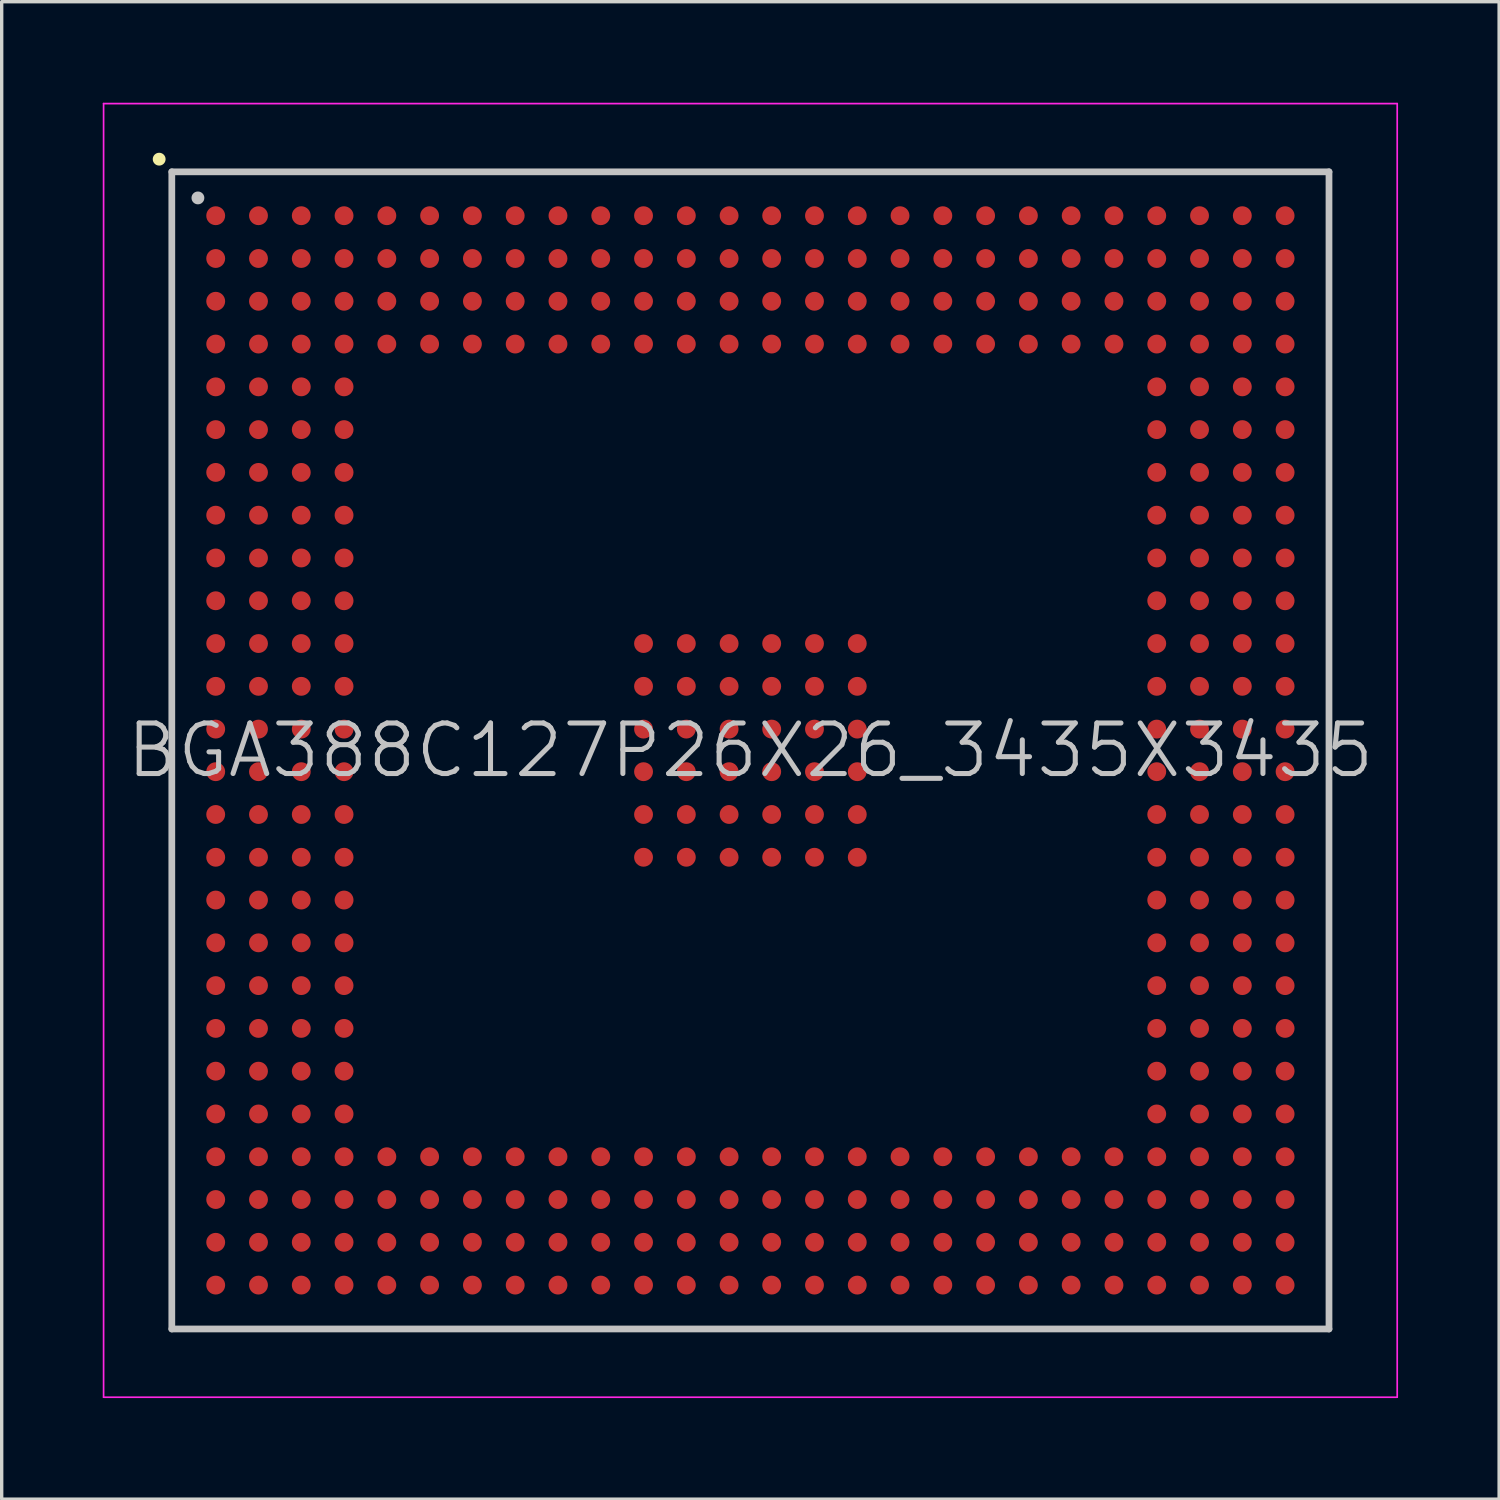
<source format=kicad_pcb>
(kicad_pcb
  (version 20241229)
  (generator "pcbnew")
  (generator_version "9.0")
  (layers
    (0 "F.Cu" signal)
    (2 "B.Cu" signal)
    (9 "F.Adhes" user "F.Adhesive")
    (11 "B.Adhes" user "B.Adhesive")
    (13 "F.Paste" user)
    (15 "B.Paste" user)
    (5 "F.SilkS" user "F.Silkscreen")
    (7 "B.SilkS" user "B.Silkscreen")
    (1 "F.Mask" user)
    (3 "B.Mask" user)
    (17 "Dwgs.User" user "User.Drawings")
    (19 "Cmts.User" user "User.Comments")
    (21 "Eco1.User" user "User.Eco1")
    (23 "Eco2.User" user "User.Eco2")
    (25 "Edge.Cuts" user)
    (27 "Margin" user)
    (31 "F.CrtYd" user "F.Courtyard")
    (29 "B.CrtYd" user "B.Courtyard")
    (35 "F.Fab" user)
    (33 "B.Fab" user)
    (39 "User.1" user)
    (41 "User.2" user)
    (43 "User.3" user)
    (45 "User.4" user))
  (footprint "BGA388C127P26X26_3435X3435"
    (layer "F.Cu")
    (at 19.225 19.225)
    (property "Reference" "BGA388C127P26X26_3435X3435" (at 0 0 0) (layer "Dwgs.User") (effects (font (size 1.5 1.5) (thickness 0.15))))
    (attr smd)
    (fp_line (start -17.55 -17.55) (end -17.55 -17.55) (stroke (width 0.381) (type solid)) (layer "F.SilkS"))
    (fp_line (start -17.175 -17.175) (end -17.175 17.175) (stroke (width 0.2) (type solid)) (layer "Dwgs.User"))
    (fp_line (start -17.175 -17.175) (end 17.175 -17.175) (stroke (width 0.2) (type solid)) (layer "Dwgs.User"))
    (fp_line (start -17.175 17.175) (end 17.175 17.175) (stroke (width 0.2) (type solid)) (layer "Dwgs.User"))
    (fp_line (start -16.4 -16.4) (end -16.4 -16.4) (stroke (width 0.381) (type solid)) (layer "Dwgs.User"))
    (fp_line (start 17.175 -17.175) (end 17.175 17.175) (stroke (width 0.2) (type solid)) (layer "Dwgs.User"))
    (fp_line (start -19.2 -19.2) (end -19.2 19.2) (stroke (width 0.05) (type solid)) (layer "F.CrtYd"))
    (fp_line (start -19.2 -19.2) (end 19.2 -19.2) (stroke (width 0.05) (type solid)) (layer "F.CrtYd"))
    (fp_line (start -19.2 19.2) (end 19.2 19.2) (stroke (width 0.05) (type solid)) (layer "F.CrtYd"))
    (fp_line (start 19.2 -19.2) (end 19.2 19.2) (stroke (width 0.05) (type solid)) (layer "F.CrtYd"))
    (pad "A1" smd circle (at -15.872 -15.872 270) (size 0.56 0.56) (layers "F.Cu" "F.Mask" "F.Paste"))
    (pad "A2" smd circle (at -14.602 -15.872 270) (size 0.56 0.56) (layers "F.Cu" "F.Mask" "F.Paste"))
    (pad "A3" smd circle (at -13.332 -15.872 270) (size 0.56 0.56) (layers "F.Cu" "F.Mask" "F.Paste"))
    (pad "A4" smd circle (at -12.062 -15.872 270) (size 0.56 0.56) (layers "F.Cu" "F.Mask" "F.Paste"))
    (pad "A5" smd circle (at -10.792 -15.872 270) (size 0.56 0.56) (layers "F.Cu" "F.Mask" "F.Paste"))
    (pad "A6" smd circle (at -9.522 -15.872 270) (size 0.56 0.56) (layers "F.Cu" "F.Mask" "F.Paste"))
    (pad "A7" smd circle (at -8.252 -15.872 270) (size 0.56 0.56) (layers "F.Cu" "F.Mask" "F.Paste"))
    (pad "A8" smd circle (at -6.982 -15.872 270) (size 0.56 0.56) (layers "F.Cu" "F.Mask" "F.Paste"))
    (pad "A9" smd circle (at -5.712 -15.872 270) (size 0.56 0.56) (layers "F.Cu" "F.Mask" "F.Paste"))
    (pad "A10" smd circle (at -4.442 -15.872 270) (size 0.56 0.56) (layers "F.Cu" "F.Mask" "F.Paste"))
    (pad "A11" smd circle (at -3.172 -15.872 270) (size 0.56 0.56) (layers "F.Cu" "F.Mask" "F.Paste"))
    (pad "A12" smd circle (at -1.902 -15.872 270) (size 0.56 0.56) (layers "F.Cu" "F.Mask" "F.Paste"))
    (pad "A13" smd circle (at -0.632 -15.872 270) (size 0.56 0.56) (layers "F.Cu" "F.Mask" "F.Paste"))
    (pad "A14" smd circle (at 0.632 -15.872 270) (size 0.56 0.56) (layers "F.Cu" "F.Mask" "F.Paste"))
    (pad "A15" smd circle (at 1.902 -15.872 270) (size 0.56 0.56) (layers "F.Cu" "F.Mask" "F.Paste"))
    (pad "A16" smd circle (at 3.172 -15.872 270) (size 0.56 0.56) (layers "F.Cu" "F.Mask" "F.Paste"))
    (pad "A17" smd circle (at 4.442 -15.872 270) (size 0.56 0.56) (layers "F.Cu" "F.Mask" "F.Paste"))
    (pad "A18" smd circle (at 5.712 -15.872 270) (size 0.56 0.56) (layers "F.Cu" "F.Mask" "F.Paste"))
    (pad "A19" smd circle (at 6.982 -15.872 270) (size 0.56 0.56) (layers "F.Cu" "F.Mask" "F.Paste"))
    (pad "A20" smd circle (at 8.252 -15.872 270) (size 0.56 0.56) (layers "F.Cu" "F.Mask" "F.Paste"))
    (pad "A21" smd circle (at 9.522 -15.872 270) (size 0.56 0.56) (layers "F.Cu" "F.Mask" "F.Paste"))
    (pad "A22" smd circle (at 10.792 -15.872 270) (size 0.56 0.56) (layers "F.Cu" "F.Mask" "F.Paste"))
    (pad "A23" smd circle (at 12.062 -15.872 270) (size 0.56 0.56) (layers "F.Cu" "F.Mask" "F.Paste"))
    (pad "A24" smd circle (at 13.332 -15.872 270) (size 0.56 0.56) (layers "F.Cu" "F.Mask" "F.Paste"))
    (pad "A25" smd circle (at 14.602 -15.872 270) (size 0.56 0.56) (layers "F.Cu" "F.Mask" "F.Paste"))
    (pad "A26" smd circle (at 15.872 -15.872 270) (size 0.56 0.56) (layers "F.Cu" "F.Mask" "F.Paste"))
    (pad "AA1" smd circle (at -15.872 9.522 270) (size 0.56 0.56) (layers "F.Cu" "F.Mask" "F.Paste"))
    (pad "AA2" smd circle (at -14.602 9.522 270) (size 0.56 0.56) (layers "F.Cu" "F.Mask" "F.Paste"))
    (pad "AA3" smd circle (at -13.332 9.522 270) (size 0.56 0.56) (layers "F.Cu" "F.Mask" "F.Paste"))
    (pad "AA4" smd circle (at -12.062 9.522 270) (size 0.56 0.56) (layers "F.Cu" "F.Mask" "F.Paste"))
    (pad "AA23" smd circle (at 12.062 9.522 270) (size 0.56 0.56) (layers "F.Cu" "F.Mask" "F.Paste"))
    (pad "AA24" smd circle (at 13.332 9.522 270) (size 0.56 0.56) (layers "F.Cu" "F.Mask" "F.Paste"))
    (pad "AA25" smd circle (at 14.602 9.522 270) (size 0.56 0.56) (layers "F.Cu" "F.Mask" "F.Paste"))
    (pad "AA26" smd circle (at 15.872 9.522 270) (size 0.56 0.56) (layers "F.Cu" "F.Mask" "F.Paste"))
    (pad "AB1" smd circle (at -15.872 10.792 270) (size 0.56 0.56) (layers "F.Cu" "F.Mask" "F.Paste"))
    (pad "AB2" smd circle (at -14.602 10.792 270) (size 0.56 0.56) (layers "F.Cu" "F.Mask" "F.Paste"))
    (pad "AB3" smd circle (at -13.332 10.792 270) (size 0.56 0.56) (layers "F.Cu" "F.Mask" "F.Paste"))
    (pad "AB4" smd circle (at -12.062 10.792 270) (size 0.56 0.56) (layers "F.Cu" "F.Mask" "F.Paste"))
    (pad "AB23" smd circle (at 12.062 10.792 270) (size 0.56 0.56) (layers "F.Cu" "F.Mask" "F.Paste"))
    (pad "AB24" smd circle (at 13.332 10.792 270) (size 0.56 0.56) (layers "F.Cu" "F.Mask" "F.Paste"))
    (pad "AB25" smd circle (at 14.602 10.792 270) (size 0.56 0.56) (layers "F.Cu" "F.Mask" "F.Paste"))
    (pad "AB26" smd circle (at 15.872 10.792 270) (size 0.56 0.56) (layers "F.Cu" "F.Mask" "F.Paste"))
    (pad "AC1" smd circle (at -15.872 12.062 270) (size 0.56 0.56) (layers "F.Cu" "F.Mask" "F.Paste"))
    (pad "AC2" smd circle (at -14.602 12.062 270) (size 0.56 0.56) (layers "F.Cu" "F.Mask" "F.Paste"))
    (pad "AC3" smd circle (at -13.332 12.062 270) (size 0.56 0.56) (layers "F.Cu" "F.Mask" "F.Paste"))
    (pad "AC4" smd circle (at -12.062 12.062 270) (size 0.56 0.56) (layers "F.Cu" "F.Mask" "F.Paste"))
    (pad "AC5" smd circle (at -10.792 12.062 270) (size 0.56 0.56) (layers "F.Cu" "F.Mask" "F.Paste"))
    (pad "AC6" smd circle (at -9.522 12.062 270) (size 0.56 0.56) (layers "F.Cu" "F.Mask" "F.Paste"))
    (pad "AC7" smd circle (at -8.252 12.062 270) (size 0.56 0.56) (layers "F.Cu" "F.Mask" "F.Paste"))
    (pad "AC8" smd circle (at -6.982 12.062 270) (size 0.56 0.56) (layers "F.Cu" "F.Mask" "F.Paste"))
    (pad "AC9" smd circle (at -5.712 12.062 270) (size 0.56 0.56) (layers "F.Cu" "F.Mask" "F.Paste"))
    (pad "AC10" smd circle (at -4.442 12.062 270) (size 0.56 0.56) (layers "F.Cu" "F.Mask" "F.Paste"))
    (pad "AC11" smd circle (at -3.172 12.062 270) (size 0.56 0.56) (layers "F.Cu" "F.Mask" "F.Paste"))
    (pad "AC12" smd circle (at -1.902 12.062 270) (size 0.56 0.56) (layers "F.Cu" "F.Mask" "F.Paste"))
    (pad "AC13" smd circle (at -0.632 12.062 270) (size 0.56 0.56) (layers "F.Cu" "F.Mask" "F.Paste"))
    (pad "AC14" smd circle (at 0.632 12.062 270) (size 0.56 0.56) (layers "F.Cu" "F.Mask" "F.Paste"))
    (pad "AC15" smd circle (at 1.902 12.062 270) (size 0.56 0.56) (layers "F.Cu" "F.Mask" "F.Paste"))
    (pad "AC16" smd circle (at 3.172 12.062 270) (size 0.56 0.56) (layers "F.Cu" "F.Mask" "F.Paste"))
    (pad "AC17" smd circle (at 4.442 12.062 270) (size 0.56 0.56) (layers "F.Cu" "F.Mask" "F.Paste"))
    (pad "AC18" smd circle (at 5.712 12.062 270) (size 0.56 0.56) (layers "F.Cu" "F.Mask" "F.Paste"))
    (pad "AC19" smd circle (at 6.982 12.062 270) (size 0.56 0.56) (layers "F.Cu" "F.Mask" "F.Paste"))
    (pad "AC20" smd circle (at 8.252 12.062 270) (size 0.56 0.56) (layers "F.Cu" "F.Mask" "F.Paste"))
    (pad "AC21" smd circle (at 9.522 12.062 270) (size 0.56 0.56) (layers "F.Cu" "F.Mask" "F.Paste"))
    (pad "AC22" smd circle (at 10.792 12.062 270) (size 0.56 0.56) (layers "F.Cu" "F.Mask" "F.Paste"))
    (pad "AC23" smd circle (at 12.062 12.062 270) (size 0.56 0.56) (layers "F.Cu" "F.Mask" "F.Paste"))
    (pad "AC24" smd circle (at 13.332 12.062 270) (size 0.56 0.56) (layers "F.Cu" "F.Mask" "F.Paste"))
    (pad "AC25" smd circle (at 14.602 12.062 270) (size 0.56 0.56) (layers "F.Cu" "F.Mask" "F.Paste"))
    (pad "AC26" smd circle (at 15.872 12.062 270) (size 0.56 0.56) (layers "F.Cu" "F.Mask" "F.Paste"))
    (pad "AD1" smd circle (at -15.872 13.332 270) (size 0.56 0.56) (layers "F.Cu" "F.Mask" "F.Paste"))
    (pad "AD2" smd circle (at -14.602 13.332 270) (size 0.56 0.56) (layers "F.Cu" "F.Mask" "F.Paste"))
    (pad "AD3" smd circle (at -13.332 13.332 270) (size 0.56 0.56) (layers "F.Cu" "F.Mask" "F.Paste"))
    (pad "AD4" smd circle (at -12.062 13.332 270) (size 0.56 0.56) (layers "F.Cu" "F.Mask" "F.Paste"))
    (pad "AD5" smd circle (at -10.792 13.332 270) (size 0.56 0.56) (layers "F.Cu" "F.Mask" "F.Paste"))
    (pad "AD6" smd circle (at -9.522 13.332 270) (size 0.56 0.56) (layers "F.Cu" "F.Mask" "F.Paste"))
    (pad "AD7" smd circle (at -8.252 13.332 270) (size 0.56 0.56) (layers "F.Cu" "F.Mask" "F.Paste"))
    (pad "AD8" smd circle (at -6.982 13.332 270) (size 0.56 0.56) (layers "F.Cu" "F.Mask" "F.Paste"))
    (pad "AD9" smd circle (at -5.712 13.332 270) (size 0.56 0.56) (layers "F.Cu" "F.Mask" "F.Paste"))
    (pad "AD10" smd circle (at -4.442 13.332 270) (size 0.56 0.56) (layers "F.Cu" "F.Mask" "F.Paste"))
    (pad "AD11" smd circle (at -3.172 13.332 270) (size 0.56 0.56) (layers "F.Cu" "F.Mask" "F.Paste"))
    (pad "AD12" smd circle (at -1.902 13.332 270) (size 0.56 0.56) (layers "F.Cu" "F.Mask" "F.Paste"))
    (pad "AD13" smd circle (at -0.632 13.332 270) (size 0.56 0.56) (layers "F.Cu" "F.Mask" "F.Paste"))
    (pad "AD14" smd circle (at 0.632 13.332 270) (size 0.56 0.56) (layers "F.Cu" "F.Mask" "F.Paste"))
    (pad "AD15" smd circle (at 1.902 13.332 270) (size 0.56 0.56) (layers "F.Cu" "F.Mask" "F.Paste"))
    (pad "AD16" smd circle (at 3.172 13.332 270) (size 0.56 0.56) (layers "F.Cu" "F.Mask" "F.Paste"))
    (pad "AD17" smd circle (at 4.442 13.332 270) (size 0.56 0.56) (layers "F.Cu" "F.Mask" "F.Paste"))
    (pad "AD18" smd circle (at 5.712 13.332 270) (size 0.56 0.56) (layers "F.Cu" "F.Mask" "F.Paste"))
    (pad "AD19" smd circle (at 6.982 13.332 270) (size 0.56 0.56) (layers "F.Cu" "F.Mask" "F.Paste"))
    (pad "AD20" smd circle (at 8.252 13.332 270) (size 0.56 0.56) (layers "F.Cu" "F.Mask" "F.Paste"))
    (pad "AD21" smd circle (at 9.522 13.332 270) (size 0.56 0.56) (layers "F.Cu" "F.Mask" "F.Paste"))
    (pad "AD22" smd circle (at 10.792 13.332 270) (size 0.56 0.56) (layers "F.Cu" "F.Mask" "F.Paste"))
    (pad "AD23" smd circle (at 12.062 13.332 270) (size 0.56 0.56) (layers "F.Cu" "F.Mask" "F.Paste"))
    (pad "AD24" smd circle (at 13.332 13.332 270) (size 0.56 0.56) (layers "F.Cu" "F.Mask" "F.Paste"))
    (pad "AD25" smd circle (at 14.602 13.332 270) (size 0.56 0.56) (layers "F.Cu" "F.Mask" "F.Paste"))
    (pad "AD26" smd circle (at 15.872 13.332 270) (size 0.56 0.56) (layers "F.Cu" "F.Mask" "F.Paste"))
    (pad "AE1" smd circle (at -15.872 14.602 270) (size 0.56 0.56) (layers "F.Cu" "F.Mask" "F.Paste"))
    (pad "AE2" smd circle (at -14.602 14.602 270) (size 0.56 0.56) (layers "F.Cu" "F.Mask" "F.Paste"))
    (pad "AE3" smd circle (at -13.332 14.602 270) (size 0.56 0.56) (layers "F.Cu" "F.Mask" "F.Paste"))
    (pad "AE4" smd circle (at -12.062 14.602 270) (size 0.56 0.56) (layers "F.Cu" "F.Mask" "F.Paste"))
    (pad "AE5" smd circle (at -10.792 14.602 270) (size 0.56 0.56) (layers "F.Cu" "F.Mask" "F.Paste"))
    (pad "AE6" smd circle (at -9.522 14.602 270) (size 0.56 0.56) (layers "F.Cu" "F.Mask" "F.Paste"))
    (pad "AE7" smd circle (at -8.252 14.602 270) (size 0.56 0.56) (layers "F.Cu" "F.Mask" "F.Paste"))
    (pad "AE8" smd circle (at -6.982 14.602 270) (size 0.56 0.56) (layers "F.Cu" "F.Mask" "F.Paste"))
    (pad "AE9" smd circle (at -5.712 14.602 270) (size 0.56 0.56) (layers "F.Cu" "F.Mask" "F.Paste"))
    (pad "AE10" smd circle (at -4.442 14.602 270) (size 0.56 0.56) (layers "F.Cu" "F.Mask" "F.Paste"))
    (pad "AE11" smd circle (at -3.172 14.602 270) (size 0.56 0.56) (layers "F.Cu" "F.Mask" "F.Paste"))
    (pad "AE12" smd circle (at -1.902 14.602 270) (size 0.56 0.56) (layers "F.Cu" "F.Mask" "F.Paste"))
    (pad "AE13" smd circle (at -0.632 14.602 270) (size 0.56 0.56) (layers "F.Cu" "F.Mask" "F.Paste"))
    (pad "AE14" smd circle (at 0.632 14.602 270) (size 0.56 0.56) (layers "F.Cu" "F.Mask" "F.Paste"))
    (pad "AE15" smd circle (at 1.902 14.602 270) (size 0.56 0.56) (layers "F.Cu" "F.Mask" "F.Paste"))
    (pad "AE16" smd circle (at 3.172 14.602 270) (size 0.56 0.56) (layers "F.Cu" "F.Mask" "F.Paste"))
    (pad "AE17" smd circle (at 4.442 14.602 270) (size 0.56 0.56) (layers "F.Cu" "F.Mask" "F.Paste"))
    (pad "AE18" smd circle (at 5.712 14.602 270) (size 0.56 0.56) (layers "F.Cu" "F.Mask" "F.Paste"))
    (pad "AE19" smd circle (at 6.982 14.602 270) (size 0.56 0.56) (layers "F.Cu" "F.Mask" "F.Paste"))
    (pad "AE20" smd circle (at 8.252 14.602 270) (size 0.56 0.56) (layers "F.Cu" "F.Mask" "F.Paste"))
    (pad "AE21" smd circle (at 9.522 14.602 270) (size 0.56 0.56) (layers "F.Cu" "F.Mask" "F.Paste"))
    (pad "AE22" smd circle (at 10.792 14.602 270) (size 0.56 0.56) (layers "F.Cu" "F.Mask" "F.Paste"))
    (pad "AE23" smd circle (at 12.062 14.602 270) (size 0.56 0.56) (layers "F.Cu" "F.Mask" "F.Paste"))
    (pad "AE24" smd circle (at 13.332 14.602 270) (size 0.56 0.56) (layers "F.Cu" "F.Mask" "F.Paste"))
    (pad "AE25" smd circle (at 14.602 14.602 270) (size 0.56 0.56) (layers "F.Cu" "F.Mask" "F.Paste"))
    (pad "AE26" smd circle (at 15.872 14.602 270) (size 0.56 0.56) (layers "F.Cu" "F.Mask" "F.Paste"))
    (pad "AF1" smd circle (at -15.872 15.872 270) (size 0.56 0.56) (layers "F.Cu" "F.Mask" "F.Paste"))
    (pad "AF2" smd circle (at -14.602 15.872 270) (size 0.56 0.56) (layers "F.Cu" "F.Mask" "F.Paste"))
    (pad "AF3" smd circle (at -13.332 15.872 270) (size 0.56 0.56) (layers "F.Cu" "F.Mask" "F.Paste"))
    (pad "AF4" smd circle (at -12.062 15.872 270) (size 0.56 0.56) (layers "F.Cu" "F.Mask" "F.Paste"))
    (pad "AF5" smd circle (at -10.792 15.872 270) (size 0.56 0.56) (layers "F.Cu" "F.Mask" "F.Paste"))
    (pad "AF6" smd circle (at -9.522 15.872 270) (size 0.56 0.56) (layers "F.Cu" "F.Mask" "F.Paste"))
    (pad "AF7" smd circle (at -8.252 15.872 270) (size 0.56 0.56) (layers "F.Cu" "F.Mask" "F.Paste"))
    (pad "AF8" smd circle (at -6.982 15.872 270) (size 0.56 0.56) (layers "F.Cu" "F.Mask" "F.Paste"))
    (pad "AF9" smd circle (at -5.712 15.872 270) (size 0.56 0.56) (layers "F.Cu" "F.Mask" "F.Paste"))
    (pad "AF10" smd circle (at -4.442 15.872 270) (size 0.56 0.56) (layers "F.Cu" "F.Mask" "F.Paste"))
    (pad "AF11" smd circle (at -3.172 15.872 270) (size 0.56 0.56) (layers "F.Cu" "F.Mask" "F.Paste"))
    (pad "AF12" smd circle (at -1.902 15.872 270) (size 0.56 0.56) (layers "F.Cu" "F.Mask" "F.Paste"))
    (pad "AF13" smd circle (at -0.632 15.872 270) (size 0.56 0.56) (layers "F.Cu" "F.Mask" "F.Paste"))
    (pad "AF14" smd circle (at 0.632 15.872 270) (size 0.56 0.56) (layers "F.Cu" "F.Mask" "F.Paste"))
    (pad "AF15" smd circle (at 1.902 15.872 270) (size 0.56 0.56) (layers "F.Cu" "F.Mask" "F.Paste"))
    (pad "AF16" smd circle (at 3.172 15.872 270) (size 0.56 0.56) (layers "F.Cu" "F.Mask" "F.Paste"))
    (pad "AF17" smd circle (at 4.442 15.872 270) (size 0.56 0.56) (layers "F.Cu" "F.Mask" "F.Paste"))
    (pad "AF18" smd circle (at 5.712 15.872 270) (size 0.56 0.56) (layers "F.Cu" "F.Mask" "F.Paste"))
    (pad "AF19" smd circle (at 6.982 15.872 270) (size 0.56 0.56) (layers "F.Cu" "F.Mask" "F.Paste"))
    (pad "AF20" smd circle (at 8.252 15.872 270) (size 0.56 0.56) (layers "F.Cu" "F.Mask" "F.Paste"))
    (pad "AF21" smd circle (at 9.522 15.872 270) (size 0.56 0.56) (layers "F.Cu" "F.Mask" "F.Paste"))
    (pad "AF22" smd circle (at 10.792 15.872 270) (size 0.56 0.56) (layers "F.Cu" "F.Mask" "F.Paste"))
    (pad "AF23" smd circle (at 12.062 15.872 270) (size 0.56 0.56) (layers "F.Cu" "F.Mask" "F.Paste"))
    (pad "AF24" smd circle (at 13.332 15.872 270) (size 0.56 0.56) (layers "F.Cu" "F.Mask" "F.Paste"))
    (pad "AF25" smd circle (at 14.602 15.872 270) (size 0.56 0.56) (layers "F.Cu" "F.Mask" "F.Paste"))
    (pad "AF26" smd circle (at 15.872 15.872 270) (size 0.56 0.56) (layers "F.Cu" "F.Mask" "F.Paste"))
    (pad "B1" smd circle (at -15.872 -14.602 270) (size 0.56 0.56) (layers "F.Cu" "F.Mask" "F.Paste"))
    (pad "B2" smd circle (at -14.602 -14.602 270) (size 0.56 0.56) (layers "F.Cu" "F.Mask" "F.Paste"))
    (pad "B3" smd circle (at -13.332 -14.602 270) (size 0.56 0.56) (layers "F.Cu" "F.Mask" "F.Paste"))
    (pad "B4" smd circle (at -12.062 -14.602 270) (size 0.56 0.56) (layers "F.Cu" "F.Mask" "F.Paste"))
    (pad "B5" smd circle (at -10.792 -14.602 270) (size 0.56 0.56) (layers "F.Cu" "F.Mask" "F.Paste"))
    (pad "B6" smd circle (at -9.522 -14.602 270) (size 0.56 0.56) (layers "F.Cu" "F.Mask" "F.Paste"))
    (pad "B7" smd circle (at -8.252 -14.602 270) (size 0.56 0.56) (layers "F.Cu" "F.Mask" "F.Paste"))
    (pad "B8" smd circle (at -6.982 -14.602 270) (size 0.56 0.56) (layers "F.Cu" "F.Mask" "F.Paste"))
    (pad "B9" smd circle (at -5.712 -14.602 270) (size 0.56 0.56) (layers "F.Cu" "F.Mask" "F.Paste"))
    (pad "B10" smd circle (at -4.442 -14.602 270) (size 0.56 0.56) (layers "F.Cu" "F.Mask" "F.Paste"))
    (pad "B11" smd circle (at -3.172 -14.602 270) (size 0.56 0.56) (layers "F.Cu" "F.Mask" "F.Paste"))
    (pad "B12" smd circle (at -1.902 -14.602 270) (size 0.56 0.56) (layers "F.Cu" "F.Mask" "F.Paste"))
    (pad "B13" smd circle (at -0.632 -14.602 270) (size 0.56 0.56) (layers "F.Cu" "F.Mask" "F.Paste"))
    (pad "B14" smd circle (at 0.632 -14.602 270) (size 0.56 0.56) (layers "F.Cu" "F.Mask" "F.Paste"))
    (pad "B15" smd circle (at 1.902 -14.602 270) (size 0.56 0.56) (layers "F.Cu" "F.Mask" "F.Paste"))
    (pad "B16" smd circle (at 3.172 -14.602 270) (size 0.56 0.56) (layers "F.Cu" "F.Mask" "F.Paste"))
    (pad "B17" smd circle (at 4.442 -14.602 270) (size 0.56 0.56) (layers "F.Cu" "F.Mask" "F.Paste"))
    (pad "B18" smd circle (at 5.712 -14.602 270) (size 0.56 0.56) (layers "F.Cu" "F.Mask" "F.Paste"))
    (pad "B19" smd circle (at 6.982 -14.602 270) (size 0.56 0.56) (layers "F.Cu" "F.Mask" "F.Paste"))
    (pad "B20" smd circle (at 8.252 -14.602 270) (size 0.56 0.56) (layers "F.Cu" "F.Mask" "F.Paste"))
    (pad "B21" smd circle (at 9.522 -14.602 270) (size 0.56 0.56) (layers "F.Cu" "F.Mask" "F.Paste"))
    (pad "B22" smd circle (at 10.792 -14.602 270) (size 0.56 0.56) (layers "F.Cu" "F.Mask" "F.Paste"))
    (pad "B23" smd circle (at 12.062 -14.602 270) (size 0.56 0.56) (layers "F.Cu" "F.Mask" "F.Paste"))
    (pad "B24" smd circle (at 13.332 -14.602 270) (size 0.56 0.56) (layers "F.Cu" "F.Mask" "F.Paste"))
    (pad "B25" smd circle (at 14.602 -14.602 270) (size 0.56 0.56) (layers "F.Cu" "F.Mask" "F.Paste"))
    (pad "B26" smd circle (at 15.872 -14.602 270) (size 0.56 0.56) (layers "F.Cu" "F.Mask" "F.Paste"))
    (pad "C1" smd circle (at -15.872 -13.332 270) (size 0.56 0.56) (layers "F.Cu" "F.Mask" "F.Paste"))
    (pad "C2" smd circle (at -14.602 -13.332 270) (size 0.56 0.56) (layers "F.Cu" "F.Mask" "F.Paste"))
    (pad "C3" smd circle (at -13.332 -13.332 270) (size 0.56 0.56) (layers "F.Cu" "F.Mask" "F.Paste"))
    (pad "C4" smd circle (at -12.062 -13.332 270) (size 0.56 0.56) (layers "F.Cu" "F.Mask" "F.Paste"))
    (pad "C5" smd circle (at -10.792 -13.332 270) (size 0.56 0.56) (layers "F.Cu" "F.Mask" "F.Paste"))
    (pad "C6" smd circle (at -9.522 -13.332 270) (size 0.56 0.56) (layers "F.Cu" "F.Mask" "F.Paste"))
    (pad "C7" smd circle (at -8.252 -13.332 270) (size 0.56 0.56) (layers "F.Cu" "F.Mask" "F.Paste"))
    (pad "C8" smd circle (at -6.982 -13.332 270) (size 0.56 0.56) (layers "F.Cu" "F.Mask" "F.Paste"))
    (pad "C9" smd circle (at -5.712 -13.332 270) (size 0.56 0.56) (layers "F.Cu" "F.Mask" "F.Paste"))
    (pad "C10" smd circle (at -4.442 -13.332 270) (size 0.56 0.56) (layers "F.Cu" "F.Mask" "F.Paste"))
    (pad "C11" smd circle (at -3.172 -13.332 270) (size 0.56 0.56) (layers "F.Cu" "F.Mask" "F.Paste"))
    (pad "C12" smd circle (at -1.902 -13.332 270) (size 0.56 0.56) (layers "F.Cu" "F.Mask" "F.Paste"))
    (pad "C13" smd circle (at -0.632 -13.332 270) (size 0.56 0.56) (layers "F.Cu" "F.Mask" "F.Paste"))
    (pad "C14" smd circle (at 0.632 -13.332 270) (size 0.56 0.56) (layers "F.Cu" "F.Mask" "F.Paste"))
    (pad "C15" smd circle (at 1.902 -13.332 270) (size 0.56 0.56) (layers "F.Cu" "F.Mask" "F.Paste"))
    (pad "C16" smd circle (at 3.172 -13.332 270) (size 0.56 0.56) (layers "F.Cu" "F.Mask" "F.Paste"))
    (pad "C17" smd circle (at 4.442 -13.332 270) (size 0.56 0.56) (layers "F.Cu" "F.Mask" "F.Paste"))
    (pad "C18" smd circle (at 5.712 -13.332 270) (size 0.56 0.56) (layers "F.Cu" "F.Mask" "F.Paste"))
    (pad "C19" smd circle (at 6.982 -13.332 270) (size 0.56 0.56) (layers "F.Cu" "F.Mask" "F.Paste"))
    (pad "C20" smd circle (at 8.252 -13.332 270) (size 0.56 0.56) (layers "F.Cu" "F.Mask" "F.Paste"))
    (pad "C21" smd circle (at 9.522 -13.332 270) (size 0.56 0.56) (layers "F.Cu" "F.Mask" "F.Paste"))
    (pad "C22" smd circle (at 10.792 -13.332 270) (size 0.56 0.56) (layers "F.Cu" "F.Mask" "F.Paste"))
    (pad "C23" smd circle (at 12.062 -13.332 270) (size 0.56 0.56) (layers "F.Cu" "F.Mask" "F.Paste"))
    (pad "C24" smd circle (at 13.332 -13.332 270) (size 0.56 0.56) (layers "F.Cu" "F.Mask" "F.Paste"))
    (pad "C25" smd circle (at 14.602 -13.332 270) (size 0.56 0.56) (layers "F.Cu" "F.Mask" "F.Paste"))
    (pad "C26" smd circle (at 15.872 -13.332 270) (size 0.56 0.56) (layers "F.Cu" "F.Mask" "F.Paste"))
    (pad "D1" smd circle (at -15.872 -12.062 270) (size 0.56 0.56) (layers "F.Cu" "F.Mask" "F.Paste"))
    (pad "D2" smd circle (at -14.602 -12.062 270) (size 0.56 0.56) (layers "F.Cu" "F.Mask" "F.Paste"))
    (pad "D3" smd circle (at -13.332 -12.062 270) (size 0.56 0.56) (layers "F.Cu" "F.Mask" "F.Paste"))
    (pad "D4" smd circle (at -12.062 -12.062 270) (size 0.56 0.56) (layers "F.Cu" "F.Mask" "F.Paste"))
    (pad "D5" smd circle (at -10.792 -12.062 270) (size 0.56 0.56) (layers "F.Cu" "F.Mask" "F.Paste"))
    (pad "D6" smd circle (at -9.522 -12.062 270) (size 0.56 0.56) (layers "F.Cu" "F.Mask" "F.Paste"))
    (pad "D7" smd circle (at -8.252 -12.062 270) (size 0.56 0.56) (layers "F.Cu" "F.Mask" "F.Paste"))
    (pad "D8" smd circle (at -6.982 -12.062 270) (size 0.56 0.56) (layers "F.Cu" "F.Mask" "F.Paste"))
    (pad "D9" smd circle (at -5.712 -12.062 270) (size 0.56 0.56) (layers "F.Cu" "F.Mask" "F.Paste"))
    (pad "D10" smd circle (at -4.442 -12.062 270) (size 0.56 0.56) (layers "F.Cu" "F.Mask" "F.Paste"))
    (pad "D11" smd circle (at -3.172 -12.062 270) (size 0.56 0.56) (layers "F.Cu" "F.Mask" "F.Paste"))
    (pad "D12" smd circle (at -1.902 -12.062 270) (size 0.56 0.56) (layers "F.Cu" "F.Mask" "F.Paste"))
    (pad "D13" smd circle (at -0.632 -12.062 270) (size 0.56 0.56) (layers "F.Cu" "F.Mask" "F.Paste"))
    (pad "D14" smd circle (at 0.632 -12.062 270) (size 0.56 0.56) (layers "F.Cu" "F.Mask" "F.Paste"))
    (pad "D15" smd circle (at 1.902 -12.062 270) (size 0.56 0.56) (layers "F.Cu" "F.Mask" "F.Paste"))
    (pad "D16" smd circle (at 3.172 -12.062 270) (size 0.56 0.56) (layers "F.Cu" "F.Mask" "F.Paste"))
    (pad "D17" smd circle (at 4.442 -12.062 270) (size 0.56 0.56) (layers "F.Cu" "F.Mask" "F.Paste"))
    (pad "D18" smd circle (at 5.712 -12.062 270) (size 0.56 0.56) (layers "F.Cu" "F.Mask" "F.Paste"))
    (pad "D19" smd circle (at 6.982 -12.062 270) (size 0.56 0.56) (layers "F.Cu" "F.Mask" "F.Paste"))
    (pad "D20" smd circle (at 8.252 -12.062 270) (size 0.56 0.56) (layers "F.Cu" "F.Mask" "F.Paste"))
    (pad "D21" smd circle (at 9.522 -12.062 270) (size 0.56 0.56) (layers "F.Cu" "F.Mask" "F.Paste"))
    (pad "D22" smd circle (at 10.792 -12.062 270) (size 0.56 0.56) (layers "F.Cu" "F.Mask" "F.Paste"))
    (pad "D23" smd circle (at 12.062 -12.062 270) (size 0.56 0.56) (layers "F.Cu" "F.Mask" "F.Paste"))
    (pad "D24" smd circle (at 13.332 -12.062 270) (size 0.56 0.56) (layers "F.Cu" "F.Mask" "F.Paste"))
    (pad "D25" smd circle (at 14.602 -12.062 270) (size 0.56 0.56) (layers "F.Cu" "F.Mask" "F.Paste"))
    (pad "D26" smd circle (at 15.872 -12.062 270) (size 0.56 0.56) (layers "F.Cu" "F.Mask" "F.Paste"))
    (pad "E1" smd circle (at -15.872 -10.792 270) (size 0.56 0.56) (layers "F.Cu" "F.Mask" "F.Paste"))
    (pad "E2" smd circle (at -14.602 -10.792 270) (size 0.56 0.56) (layers "F.Cu" "F.Mask" "F.Paste"))
    (pad "E3" smd circle (at -13.332 -10.792 270) (size 0.56 0.56) (layers "F.Cu" "F.Mask" "F.Paste"))
    (pad "E4" smd circle (at -12.062 -10.792 270) (size 0.56 0.56) (layers "F.Cu" "F.Mask" "F.Paste"))
    (pad "E23" smd circle (at 12.062 -10.792 270) (size 0.56 0.56) (layers "F.Cu" "F.Mask" "F.Paste"))
    (pad "E24" smd circle (at 13.332 -10.792 270) (size 0.56 0.56) (layers "F.Cu" "F.Mask" "F.Paste"))
    (pad "E25" smd circle (at 14.602 -10.792 270) (size 0.56 0.56) (layers "F.Cu" "F.Mask" "F.Paste"))
    (pad "E26" smd circle (at 15.872 -10.792 270) (size 0.56 0.56) (layers "F.Cu" "F.Mask" "F.Paste"))
    (pad "F1" smd circle (at -15.872 -9.522 270) (size 0.56 0.56) (layers "F.Cu" "F.Mask" "F.Paste"))
    (pad "F2" smd circle (at -14.602 -9.522 270) (size 0.56 0.56) (layers "F.Cu" "F.Mask" "F.Paste"))
    (pad "F3" smd circle (at -13.332 -9.522 270) (size 0.56 0.56) (layers "F.Cu" "F.Mask" "F.Paste"))
    (pad "F4" smd circle (at -12.062 -9.522 270) (size 0.56 0.56) (layers "F.Cu" "F.Mask" "F.Paste"))
    (pad "F23" smd circle (at 12.062 -9.522 270) (size 0.56 0.56) (layers "F.Cu" "F.Mask" "F.Paste"))
    (pad "F24" smd circle (at 13.332 -9.522 270) (size 0.56 0.56) (layers "F.Cu" "F.Mask" "F.Paste"))
    (pad "F25" smd circle (at 14.602 -9.522 270) (size 0.56 0.56) (layers "F.Cu" "F.Mask" "F.Paste"))
    (pad "F26" smd circle (at 15.872 -9.522 270) (size 0.56 0.56) (layers "F.Cu" "F.Mask" "F.Paste"))
    (pad "G1" smd circle (at -15.872 -8.252 270) (size 0.56 0.56) (layers "F.Cu" "F.Mask" "F.Paste"))
    (pad "G2" smd circle (at -14.602 -8.252 270) (size 0.56 0.56) (layers "F.Cu" "F.Mask" "F.Paste"))
    (pad "G3" smd circle (at -13.332 -8.252 270) (size 0.56 0.56) (layers "F.Cu" "F.Mask" "F.Paste"))
    (pad "G4" smd circle (at -12.062 -8.252 270) (size 0.56 0.56) (layers "F.Cu" "F.Mask" "F.Paste"))
    (pad "G23" smd circle (at 12.062 -8.252 270) (size 0.56 0.56) (layers "F.Cu" "F.Mask" "F.Paste"))
    (pad "G24" smd circle (at 13.332 -8.252 270) (size 0.56 0.56) (layers "F.Cu" "F.Mask" "F.Paste"))
    (pad "G25" smd circle (at 14.602 -8.252 270) (size 0.56 0.56) (layers "F.Cu" "F.Mask" "F.Paste"))
    (pad "G26" smd circle (at 15.872 -8.252 270) (size 0.56 0.56) (layers "F.Cu" "F.Mask" "F.Paste"))
    (pad "H1" smd circle (at -15.872 -6.982 270) (size 0.56 0.56) (layers "F.Cu" "F.Mask" "F.Paste"))
    (pad "H2" smd circle (at -14.602 -6.982 270) (size 0.56 0.56) (layers "F.Cu" "F.Mask" "F.Paste"))
    (pad "H3" smd circle (at -13.332 -6.982 270) (size 0.56 0.56) (layers "F.Cu" "F.Mask" "F.Paste"))
    (pad "H4" smd circle (at -12.062 -6.982 270) (size 0.56 0.56) (layers "F.Cu" "F.Mask" "F.Paste"))
    (pad "H23" smd circle (at 12.062 -6.982 270) (size 0.56 0.56) (layers "F.Cu" "F.Mask" "F.Paste"))
    (pad "H24" smd circle (at 13.332 -6.982 270) (size 0.56 0.56) (layers "F.Cu" "F.Mask" "F.Paste"))
    (pad "H25" smd circle (at 14.602 -6.982 270) (size 0.56 0.56) (layers "F.Cu" "F.Mask" "F.Paste"))
    (pad "H26" smd circle (at 15.872 -6.982 270) (size 0.56 0.56) (layers "F.Cu" "F.Mask" "F.Paste"))
    (pad "J1" smd circle (at -15.872 -5.712 270) (size 0.56 0.56) (layers "F.Cu" "F.Mask" "F.Paste"))
    (pad "J2" smd circle (at -14.602 -5.712 270) (size 0.56 0.56) (layers "F.Cu" "F.Mask" "F.Paste"))
    (pad "J3" smd circle (at -13.332 -5.712 270) (size 0.56 0.56) (layers "F.Cu" "F.Mask" "F.Paste"))
    (pad "J4" smd circle (at -12.062 -5.712 270) (size 0.56 0.56) (layers "F.Cu" "F.Mask" "F.Paste"))
    (pad "J23" smd circle (at 12.062 -5.712 270) (size 0.56 0.56) (layers "F.Cu" "F.Mask" "F.Paste"))
    (pad "J24" smd circle (at 13.332 -5.712 270) (size 0.56 0.56) (layers "F.Cu" "F.Mask" "F.Paste"))
    (pad "J25" smd circle (at 14.602 -5.712 270) (size 0.56 0.56) (layers "F.Cu" "F.Mask" "F.Paste"))
    (pad "J26" smd circle (at 15.872 -5.712 270) (size 0.56 0.56) (layers "F.Cu" "F.Mask" "F.Paste"))
    (pad "K1" smd circle (at -15.872 -4.442 270) (size 0.56 0.56) (layers "F.Cu" "F.Mask" "F.Paste"))
    (pad "K2" smd circle (at -14.602 -4.442 270) (size 0.56 0.56) (layers "F.Cu" "F.Mask" "F.Paste"))
    (pad "K3" smd circle (at -13.332 -4.442 270) (size 0.56 0.56) (layers "F.Cu" "F.Mask" "F.Paste"))
    (pad "K4" smd circle (at -12.062 -4.442 270) (size 0.56 0.56) (layers "F.Cu" "F.Mask" "F.Paste"))
    (pad "K23" smd circle (at 12.062 -4.442 270) (size 0.56 0.56) (layers "F.Cu" "F.Mask" "F.Paste"))
    (pad "K24" smd circle (at 13.332 -4.442 270) (size 0.56 0.56) (layers "F.Cu" "F.Mask" "F.Paste"))
    (pad "K25" smd circle (at 14.602 -4.442 270) (size 0.56 0.56) (layers "F.Cu" "F.Mask" "F.Paste"))
    (pad "K26" smd circle (at 15.872 -4.442 270) (size 0.56 0.56) (layers "F.Cu" "F.Mask" "F.Paste"))
    (pad "L1" smd circle (at -15.872 -3.172 270) (size 0.56 0.56) (layers "F.Cu" "F.Mask" "F.Paste"))
    (pad "L2" smd circle (at -14.602 -3.172 270) (size 0.56 0.56) (layers "F.Cu" "F.Mask" "F.Paste"))
    (pad "L3" smd circle (at -13.332 -3.172 270) (size 0.56 0.56) (layers "F.Cu" "F.Mask" "F.Paste"))
    (pad "L4" smd circle (at -12.062 -3.172 270) (size 0.56 0.56) (layers "F.Cu" "F.Mask" "F.Paste"))
    (pad "L11" smd circle (at -3.172 -3.172 270) (size 0.56 0.56) (layers "F.Cu" "F.Mask" "F.Paste"))
    (pad "L12" smd circle (at -1.902 -3.172 270) (size 0.56 0.56) (layers "F.Cu" "F.Mask" "F.Paste"))
    (pad "L13" smd circle (at -0.632 -3.172 270) (size 0.56 0.56) (layers "F.Cu" "F.Mask" "F.Paste"))
    (pad "L14" smd circle (at 0.632 -3.172 270) (size 0.56 0.56) (layers "F.Cu" "F.Mask" "F.Paste"))
    (pad "L15" smd circle (at 1.902 -3.172 270) (size 0.56 0.56) (layers "F.Cu" "F.Mask" "F.Paste"))
    (pad "L16" smd circle (at 3.172 -3.172 270) (size 0.56 0.56) (layers "F.Cu" "F.Mask" "F.Paste"))
    (pad "L23" smd circle (at 12.062 -3.172 270) (size 0.56 0.56) (layers "F.Cu" "F.Mask" "F.Paste"))
    (pad "L24" smd circle (at 13.332 -3.172 270) (size 0.56 0.56) (layers "F.Cu" "F.Mask" "F.Paste"))
    (pad "L25" smd circle (at 14.602 -3.172 270) (size 0.56 0.56) (layers "F.Cu" "F.Mask" "F.Paste"))
    (pad "L26" smd circle (at 15.872 -3.172 270) (size 0.56 0.56) (layers "F.Cu" "F.Mask" "F.Paste"))
    (pad "M1" smd circle (at -15.872 -1.902 270) (size 0.56 0.56) (layers "F.Cu" "F.Mask" "F.Paste"))
    (pad "M2" smd circle (at -14.602 -1.902 270) (size 0.56 0.56) (layers "F.Cu" "F.Mask" "F.Paste"))
    (pad "M3" smd circle (at -13.332 -1.902 270) (size 0.56 0.56) (layers "F.Cu" "F.Mask" "F.Paste"))
    (pad "M4" smd circle (at -12.062 -1.902 270) (size 0.56 0.56) (layers "F.Cu" "F.Mask" "F.Paste"))
    (pad "M11" smd circle (at -3.172 -1.902 270) (size 0.56 0.56) (layers "F.Cu" "F.Mask" "F.Paste"))
    (pad "M12" smd circle (at -1.902 -1.902 270) (size 0.56 0.56) (layers "F.Cu" "F.Mask" "F.Paste"))
    (pad "M13" smd circle (at -0.632 -1.902 270) (size 0.56 0.56) (layers "F.Cu" "F.Mask" "F.Paste"))
    (pad "M14" smd circle (at 0.632 -1.902 270) (size 0.56 0.56) (layers "F.Cu" "F.Mask" "F.Paste"))
    (pad "M15" smd circle (at 1.902 -1.902 270) (size 0.56 0.56) (layers "F.Cu" "F.Mask" "F.Paste"))
    (pad "M16" smd circle (at 3.172 -1.902 270) (size 0.56 0.56) (layers "F.Cu" "F.Mask" "F.Paste"))
    (pad "M23" smd circle (at 12.062 -1.902 270) (size 0.56 0.56) (layers "F.Cu" "F.Mask" "F.Paste"))
    (pad "M24" smd circle (at 13.332 -1.902 270) (size 0.56 0.56) (layers "F.Cu" "F.Mask" "F.Paste"))
    (pad "M25" smd circle (at 14.602 -1.902 270) (size 0.56 0.56) (layers "F.Cu" "F.Mask" "F.Paste"))
    (pad "M26" smd circle (at 15.872 -1.902 270) (size 0.56 0.56) (layers "F.Cu" "F.Mask" "F.Paste"))
    (pad "N1" smd circle (at -15.872 -0.632 270) (size 0.56 0.56) (layers "F.Cu" "F.Mask" "F.Paste"))
    (pad "N2" smd circle (at -14.602 -0.632 270) (size 0.56 0.56) (layers "F.Cu" "F.Mask" "F.Paste"))
    (pad "N3" smd circle (at -13.332 -0.632 270) (size 0.56 0.56) (layers "F.Cu" "F.Mask" "F.Paste"))
    (pad "N4" smd circle (at -12.062 -0.632 270) (size 0.56 0.56) (layers "F.Cu" "F.Mask" "F.Paste"))
    (pad "N11" smd circle (at -3.172 -0.632 270) (size 0.56 0.56) (layers "F.Cu" "F.Mask" "F.Paste"))
    (pad "N12" smd circle (at -1.902 -0.632 270) (size 0.56 0.56) (layers "F.Cu" "F.Mask" "F.Paste"))
    (pad "N13" smd circle (at -0.632 -0.632 270) (size 0.56 0.56) (layers "F.Cu" "F.Mask" "F.Paste"))
    (pad "N14" smd circle (at 0.632 -0.632 270) (size 0.56 0.56) (layers "F.Cu" "F.Mask" "F.Paste"))
    (pad "N15" smd circle (at 1.902 -0.632 270) (size 0.56 0.56) (layers "F.Cu" "F.Mask" "F.Paste"))
    (pad "N16" smd circle (at 3.172 -0.632 270) (size 0.56 0.56) (layers "F.Cu" "F.Mask" "F.Paste"))
    (pad "N23" smd circle (at 12.062 -0.632 270) (size 0.56 0.56) (layers "F.Cu" "F.Mask" "F.Paste"))
    (pad "N24" smd circle (at 13.332 -0.632 270) (size 0.56 0.56) (layers "F.Cu" "F.Mask" "F.Paste"))
    (pad "N25" smd circle (at 14.602 -0.632 270) (size 0.56 0.56) (layers "F.Cu" "F.Mask" "F.Paste"))
    (pad "N26" smd circle (at 15.872 -0.632 270) (size 0.56 0.56) (layers "F.Cu" "F.Mask" "F.Paste"))
    (pad "P1" smd circle (at -15.872 0.632 270) (size 0.56 0.56) (layers "F.Cu" "F.Mask" "F.Paste"))
    (pad "P2" smd circle (at -14.602 0.632 270) (size 0.56 0.56) (layers "F.Cu" "F.Mask" "F.Paste"))
    (pad "P3" smd circle (at -13.332 0.632 270) (size 0.56 0.56) (layers "F.Cu" "F.Mask" "F.Paste"))
    (pad "P4" smd circle (at -12.062 0.632 270) (size 0.56 0.56) (layers "F.Cu" "F.Mask" "F.Paste"))
    (pad "P11" smd circle (at -3.172 0.632 270) (size 0.56 0.56) (layers "F.Cu" "F.Mask" "F.Paste"))
    (pad "P12" smd circle (at -1.902 0.632 270) (size 0.56 0.56) (layers "F.Cu" "F.Mask" "F.Paste"))
    (pad "P13" smd circle (at -0.632 0.632 270) (size 0.56 0.56) (layers "F.Cu" "F.Mask" "F.Paste"))
    (pad "P14" smd circle (at 0.632 0.632 270) (size 0.56 0.56) (layers "F.Cu" "F.Mask" "F.Paste"))
    (pad "P15" smd circle (at 1.902 0.632 270) (size 0.56 0.56) (layers "F.Cu" "F.Mask" "F.Paste"))
    (pad "P16" smd circle (at 3.172 0.632 270) (size 0.56 0.56) (layers "F.Cu" "F.Mask" "F.Paste"))
    (pad "P23" smd circle (at 12.062 0.632 270) (size 0.56 0.56) (layers "F.Cu" "F.Mask" "F.Paste"))
    (pad "P24" smd circle (at 13.332 0.632 270) (size 0.56 0.56) (layers "F.Cu" "F.Mask" "F.Paste"))
    (pad "P25" smd circle (at 14.602 0.632 270) (size 0.56 0.56) (layers "F.Cu" "F.Mask" "F.Paste"))
    (pad "P26" smd circle (at 15.872 0.632 270) (size 0.56 0.56) (layers "F.Cu" "F.Mask" "F.Paste"))
    (pad "R1" smd circle (at -15.872 1.902 270) (size 0.56 0.56) (layers "F.Cu" "F.Mask" "F.Paste"))
    (pad "R2" smd circle (at -14.602 1.902 270) (size 0.56 0.56) (layers "F.Cu" "F.Mask" "F.Paste"))
    (pad "R3" smd circle (at -13.332 1.902 270) (size 0.56 0.56) (layers "F.Cu" "F.Mask" "F.Paste"))
    (pad "R4" smd circle (at -12.062 1.902 270) (size 0.56 0.56) (layers "F.Cu" "F.Mask" "F.Paste"))
    (pad "R11" smd circle (at -3.172 1.902 270) (size 0.56 0.56) (layers "F.Cu" "F.Mask" "F.Paste"))
    (pad "R12" smd circle (at -1.902 1.902 270) (size 0.56 0.56) (layers "F.Cu" "F.Mask" "F.Paste"))
    (pad "R13" smd circle (at -0.632 1.902 270) (size 0.56 0.56) (layers "F.Cu" "F.Mask" "F.Paste"))
    (pad "R14" smd circle (at 0.632 1.902 270) (size 0.56 0.56) (layers "F.Cu" "F.Mask" "F.Paste"))
    (pad "R15" smd circle (at 1.902 1.902 270) (size 0.56 0.56) (layers "F.Cu" "F.Mask" "F.Paste"))
    (pad "R16" smd circle (at 3.172 1.902 270) (size 0.56 0.56) (layers "F.Cu" "F.Mask" "F.Paste"))
    (pad "R23" smd circle (at 12.062 1.902 270) (size 0.56 0.56) (layers "F.Cu" "F.Mask" "F.Paste"))
    (pad "R24" smd circle (at 13.332 1.902 270) (size 0.56 0.56) (layers "F.Cu" "F.Mask" "F.Paste"))
    (pad "R25" smd circle (at 14.602 1.902 270) (size 0.56 0.56) (layers "F.Cu" "F.Mask" "F.Paste"))
    (pad "R26" smd circle (at 15.872 1.902 270) (size 0.56 0.56) (layers "F.Cu" "F.Mask" "F.Paste"))
    (pad "T1" smd circle (at -15.872 3.172 270) (size 0.56 0.56) (layers "F.Cu" "F.Mask" "F.Paste"))
    (pad "T2" smd circle (at -14.602 3.172 270) (size 0.56 0.56) (layers "F.Cu" "F.Mask" "F.Paste"))
    (pad "T3" smd circle (at -13.332 3.172 270) (size 0.56 0.56) (layers "F.Cu" "F.Mask" "F.Paste"))
    (pad "T4" smd circle (at -12.062 3.172 270) (size 0.56 0.56) (layers "F.Cu" "F.Mask" "F.Paste"))
    (pad "T11" smd circle (at -3.172 3.172 270) (size 0.56 0.56) (layers "F.Cu" "F.Mask" "F.Paste"))
    (pad "T12" smd circle (at -1.902 3.172 270) (size 0.56 0.56) (layers "F.Cu" "F.Mask" "F.Paste"))
    (pad "T13" smd circle (at -0.632 3.172 270) (size 0.56 0.56) (layers "F.Cu" "F.Mask" "F.Paste"))
    (pad "T14" smd circle (at 0.632 3.172 270) (size 0.56 0.56) (layers "F.Cu" "F.Mask" "F.Paste"))
    (pad "T15" smd circle (at 1.902 3.172 270) (size 0.56 0.56) (layers "F.Cu" "F.Mask" "F.Paste"))
    (pad "T16" smd circle (at 3.172 3.172 270) (size 0.56 0.56) (layers "F.Cu" "F.Mask" "F.Paste"))
    (pad "T23" smd circle (at 12.062 3.172 270) (size 0.56 0.56) (layers "F.Cu" "F.Mask" "F.Paste"))
    (pad "T24" smd circle (at 13.332 3.172 270) (size 0.56 0.56) (layers "F.Cu" "F.Mask" "F.Paste"))
    (pad "T25" smd circle (at 14.602 3.172 270) (size 0.56 0.56) (layers "F.Cu" "F.Mask" "F.Paste"))
    (pad "T26" smd circle (at 15.872 3.172 270) (size 0.56 0.56) (layers "F.Cu" "F.Mask" "F.Paste"))
    (pad "U1" smd circle (at -15.872 4.442 270) (size 0.56 0.56) (layers "F.Cu" "F.Mask" "F.Paste"))
    (pad "U2" smd circle (at -14.602 4.442 270) (size 0.56 0.56) (layers "F.Cu" "F.Mask" "F.Paste"))
    (pad "U3" smd circle (at -13.332 4.442 270) (size 0.56 0.56) (layers "F.Cu" "F.Mask" "F.Paste"))
    (pad "U4" smd circle (at -12.062 4.442 270) (size 0.56 0.56) (layers "F.Cu" "F.Mask" "F.Paste"))
    (pad "U23" smd circle (at 12.062 4.442 270) (size 0.56 0.56) (layers "F.Cu" "F.Mask" "F.Paste"))
    (pad "U24" smd circle (at 13.332 4.442 270) (size 0.56 0.56) (layers "F.Cu" "F.Mask" "F.Paste"))
    (pad "U25" smd circle (at 14.602 4.442 270) (size 0.56 0.56) (layers "F.Cu" "F.Mask" "F.Paste"))
    (pad "U26" smd circle (at 15.872 4.442 270) (size 0.56 0.56) (layers "F.Cu" "F.Mask" "F.Paste"))
    (pad "V1" smd circle (at -15.872 5.712 270) (size 0.56 0.56) (layers "F.Cu" "F.Mask" "F.Paste"))
    (pad "V2" smd circle (at -14.602 5.712 270) (size 0.56 0.56) (layers "F.Cu" "F.Mask" "F.Paste"))
    (pad "V3" smd circle (at -13.332 5.712 270) (size 0.56 0.56) (layers "F.Cu" "F.Mask" "F.Paste"))
    (pad "V4" smd circle (at -12.062 5.712 270) (size 0.56 0.56) (layers "F.Cu" "F.Mask" "F.Paste"))
    (pad "V23" smd circle (at 12.062 5.712 270) (size 0.56 0.56) (layers "F.Cu" "F.Mask" "F.Paste"))
    (pad "V24" smd circle (at 13.332 5.712 270) (size 0.56 0.56) (layers "F.Cu" "F.Mask" "F.Paste"))
    (pad "V25" smd circle (at 14.602 5.712 270) (size 0.56 0.56) (layers "F.Cu" "F.Mask" "F.Paste"))
    (pad "V26" smd circle (at 15.872 5.712 270) (size 0.56 0.56) (layers "F.Cu" "F.Mask" "F.Paste"))
    (pad "W1" smd circle (at -15.872 6.982 270) (size 0.56 0.56) (layers "F.Cu" "F.Mask" "F.Paste"))
    (pad "W2" smd circle (at -14.602 6.982 270) (size 0.56 0.56) (layers "F.Cu" "F.Mask" "F.Paste"))
    (pad "W3" smd circle (at -13.332 6.982 270) (size 0.56 0.56) (layers "F.Cu" "F.Mask" "F.Paste"))
    (pad "W4" smd circle (at -12.062 6.982 270) (size 0.56 0.56) (layers "F.Cu" "F.Mask" "F.Paste"))
    (pad "W23" smd circle (at 12.062 6.982 270) (size 0.56 0.56) (layers "F.Cu" "F.Mask" "F.Paste"))
    (pad "W24" smd circle (at 13.332 6.982 270) (size 0.56 0.56) (layers "F.Cu" "F.Mask" "F.Paste"))
    (pad "W25" smd circle (at 14.602 6.982 270) (size 0.56 0.56) (layers "F.Cu" "F.Mask" "F.Paste"))
    (pad "W26" smd circle (at 15.872 6.982 270) (size 0.56 0.56) (layers "F.Cu" "F.Mask" "F.Paste"))
    (pad "Y1" smd circle (at -15.872 8.252 270) (size 0.56 0.56) (layers "F.Cu" "F.Mask" "F.Paste"))
    (pad "Y2" smd circle (at -14.602 8.252 270) (size 0.56 0.56) (layers "F.Cu" "F.Mask" "F.Paste"))
    (pad "Y3" smd circle (at -13.332 8.252 270) (size 0.56 0.56) (layers "F.Cu" "F.Mask" "F.Paste"))
    (pad "Y4" smd circle (at -12.062 8.252 270) (size 0.56 0.56) (layers "F.Cu" "F.Mask" "F.Paste"))
    (pad "Y23" smd circle (at 12.062 8.252 270) (size 0.56 0.56) (layers "F.Cu" "F.Mask" "F.Paste"))
    (pad "Y24" smd circle (at 13.332 8.252 270) (size 0.56 0.56) (layers "F.Cu" "F.Mask" "F.Paste"))
    (pad "Y25" smd circle (at 14.602 8.252 270) (size 0.56 0.56) (layers "F.Cu" "F.Mask" "F.Paste"))
    (pad "Y26" smd circle (at 15.872 8.252 270) (size 0.56 0.56) (layers "F.Cu" "F.Mask" "F.Paste")))
  (gr_rect
    (start -3 -3)
    (end 41.45 41.45)
    (stroke (width 0.1) (type default))
    (fill no)
    (layer "Edge.Cuts")))
</source>
